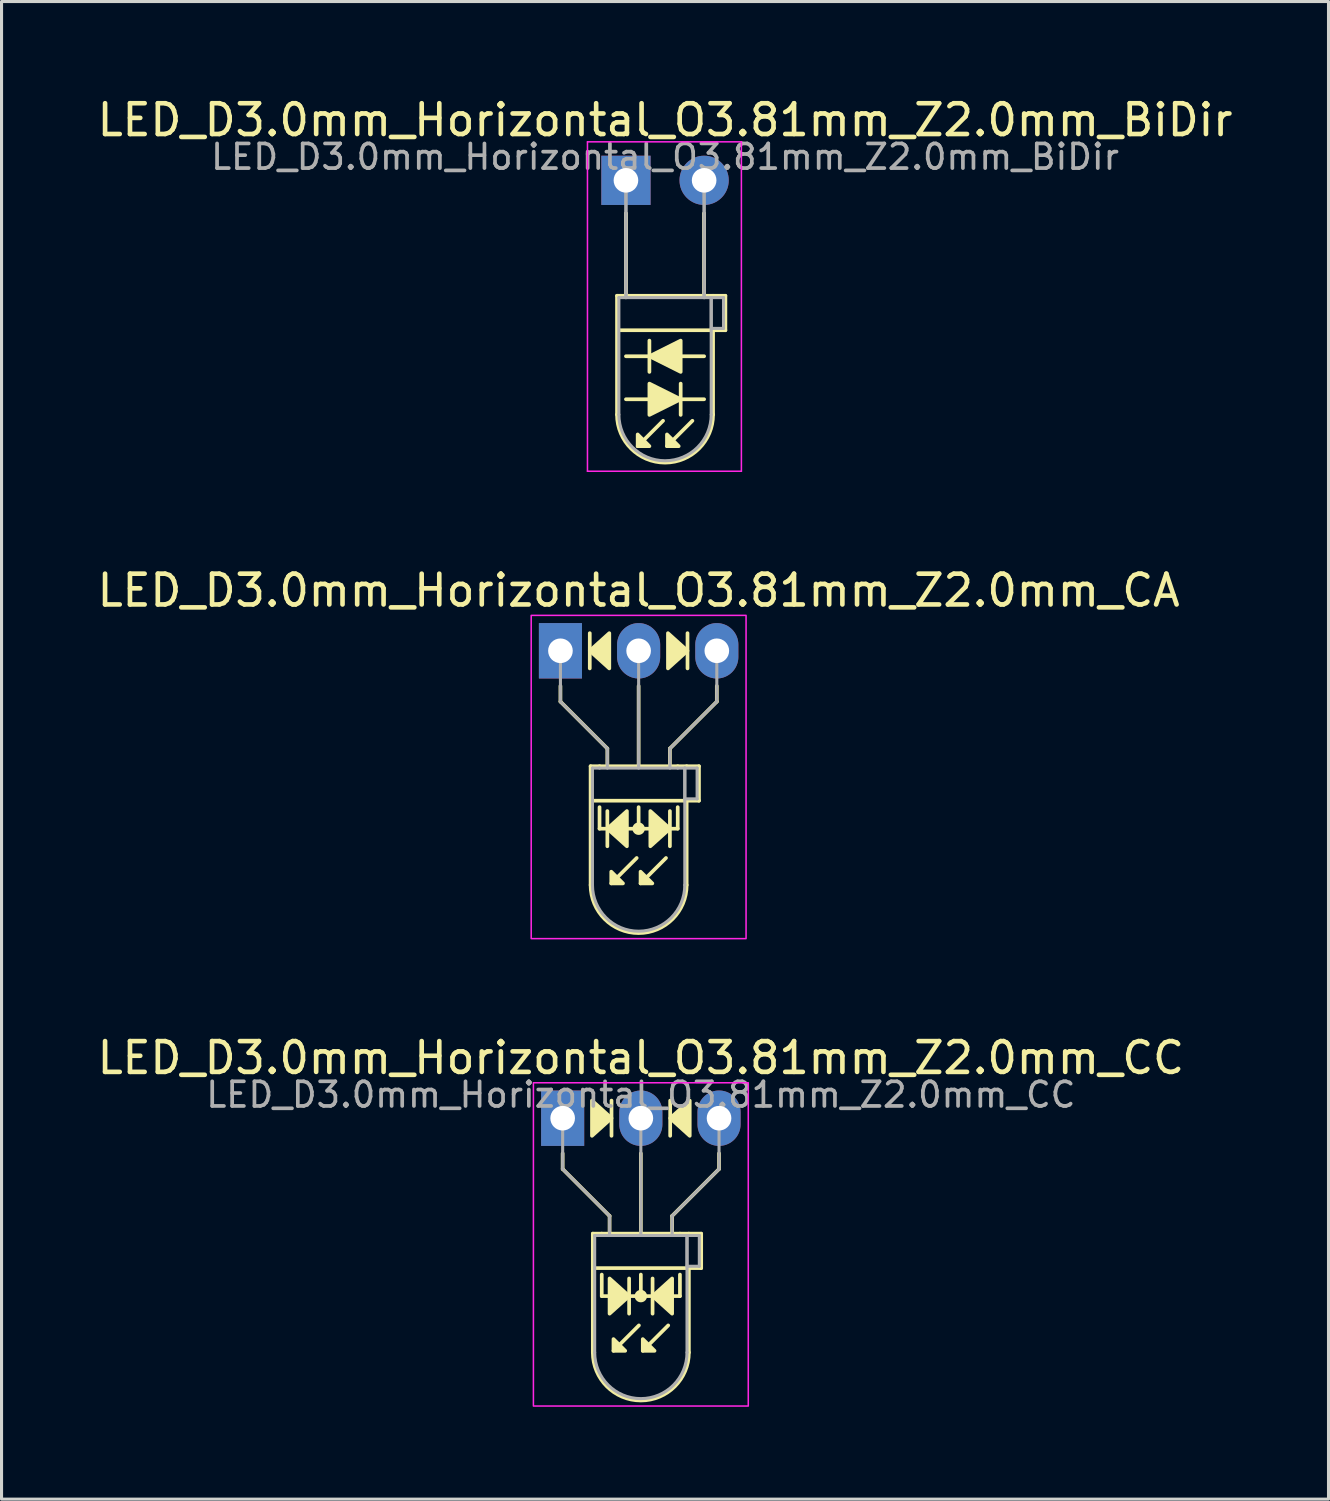
<source format=kicad_pcb>
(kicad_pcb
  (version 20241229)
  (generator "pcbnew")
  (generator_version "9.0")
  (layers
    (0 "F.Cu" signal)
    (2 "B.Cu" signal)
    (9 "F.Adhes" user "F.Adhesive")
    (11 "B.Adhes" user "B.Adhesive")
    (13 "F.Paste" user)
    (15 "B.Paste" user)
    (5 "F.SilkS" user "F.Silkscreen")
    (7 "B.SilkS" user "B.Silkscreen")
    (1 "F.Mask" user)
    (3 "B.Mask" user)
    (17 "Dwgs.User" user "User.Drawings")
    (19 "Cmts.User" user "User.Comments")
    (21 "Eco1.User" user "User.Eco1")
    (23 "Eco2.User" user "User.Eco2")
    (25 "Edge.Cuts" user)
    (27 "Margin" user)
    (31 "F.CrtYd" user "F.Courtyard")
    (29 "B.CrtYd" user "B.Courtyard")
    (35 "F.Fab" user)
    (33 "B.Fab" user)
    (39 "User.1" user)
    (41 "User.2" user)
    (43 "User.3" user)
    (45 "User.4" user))
  (footprint "LED_D3.0mm_Horizontal_O3.81mm_Z2.0mm_CC"
    (layer "F.Cu")
    (at 15.228 33.275)
    (property "Reference" "LED_D3.0mm_Horizontal_O3.81mm_Z2.0mm_CC" (at 2.54 -1.96 0) (layer "F.SilkS") (effects (font (size 1 1) (thickness 0.15))))
    (fp_line (start 0 1.143) (end 0 1.651) (stroke (width 0.12) (type default)) (layer "F.SilkS"))
    (fp_line (start 0 1.651) (end 1.524 3.175) (stroke (width 0.12) (type default)) (layer "F.SilkS"))
    (fp_line (start 0.98 3.75) (end 0.98 7.61) (stroke (width 0.12) (type solid)) (layer "F.SilkS"))
    (fp_line (start 0.98 3.75) (end 4.1 3.75) (stroke (width 0.12) (type solid)) (layer "F.SilkS"))
    (fp_line (start 1.27 3.75) (end 1.27 3.75) (stroke (width 0.12) (type solid)) (layer "F.SilkS"))
    (fp_line (start 1.27 5.779) (end 1.27 5.08) (stroke (width 0.12) (type default)) (layer "F.SilkS"))
    (fp_line (start 1.524 3.175) (end 1.524 3.683) (stroke (width 0.12) (type default)) (layer "F.SilkS"))
    (fp_line (start 1.587 0.572) (end 1.587 -0.572) (stroke (width 0.12) (type solid)) (layer "F.SilkS"))
    (fp_line (start 2.159 6.35) (end 2.159 5.207) (stroke (width 0.12) (type solid)) (layer "F.SilkS"))
    (fp_line (start 2.477 6.731) (end 1.651 7.556) (stroke (width 0.12) (type solid)) (layer "F.SilkS"))
    (fp_line (start 2.54 3.75) (end 2.54 1.143) (stroke (width 0.12) (type default)) (layer "F.SilkS"))
    (fp_line (start 2.54 5.779) (end 2.54 5.08) (stroke (width 0.12) (type default)) (layer "F.SilkS"))
    (fp_line (start 2.921 5.207) (end 2.921 6.35) (stroke (width 0.12) (type solid)) (layer "F.SilkS"))
    (fp_line (start 3.429 6.731) (end 2.603 7.556) (stroke (width 0.12) (type solid)) (layer "F.SilkS"))
    (fp_line (start 3.493 -0.572) (end 3.493 0.572) (stroke (width 0.12) (type solid)) (layer "F.SilkS"))
    (fp_line (start 3.556 3.175) (end 3.556 3.683) (stroke (width 0.12) (type default)) (layer "F.SilkS"))
    (fp_line (start 3.81 3.75) (end 3.81 3.75) (stroke (width 0.12) (type solid)) (layer "F.SilkS"))
    (fp_line (start 3.81 5.779) (end 1.27 5.779) (stroke (width 0.12) (type default)) (layer "F.SilkS"))
    (fp_line (start 3.81 5.779) (end 3.81 5.08) (stroke (width 0.12) (type default)) (layer "F.SilkS"))
    (fp_line (start 4.1 3.75) (end 4.5 3.75) (stroke (width 0.12) (type solid)) (layer "F.SilkS"))
    (fp_line (start 4.1 4.87) (end 4.1 7.61) (stroke (width 0.12) (type solid)) (layer "F.SilkS"))
    (fp_line (start 4.5 3.75) (end 4.5 4.87) (stroke (width 0.12) (type solid)) (layer "F.SilkS"))
    (fp_line (start 4.5 4.87) (end 1.016 4.87) (stroke (width 0.12) (type solid)) (layer "F.SilkS"))
    (fp_line (start 5.08 1.143) (end 5.08 1.651) (stroke (width 0.12) (type default)) (layer "F.SilkS"))
    (fp_line (start 5.08 1.651) (end 3.556 3.175) (stroke (width 0.12) (type default)) (layer "F.SilkS"))
    (fp_arc (start 4.1 7.61) (mid 2.54 9.17) (end 0.98 7.61) (stroke (width 0.12) (type solid)) (layer "F.SilkS"))
    (fp_circle (center 2.54 5.779) (end 2.682 5.779) (stroke (width 0.12) (type solid)) (fill yes) (layer "F.SilkS"))
    (fp_poly (pts (xy 0.953 -0.572) (xy 1.587 0) (xy 0.953 0.572)) (stroke (width 0.12) (type solid)) (fill yes) (layer "F.SilkS"))
    (fp_poly (pts (xy 1.524 5.207) (xy 2.159 5.779) (xy 1.524 6.35)) (stroke (width 0.12) (type solid)) (fill yes) (layer "F.SilkS"))
    (fp_poly (pts (xy 1.651 7.176) (xy 2.032 7.556) (xy 1.651 7.556)) (stroke (width 0.12) (type solid)) (fill yes) (layer "F.SilkS"))
    (fp_poly (pts (xy 2.603 7.176) (xy 2.985 7.556) (xy 2.603 7.556)) (stroke (width 0.12) (type solid)) (fill yes) (layer "F.SilkS"))
    (fp_poly (pts (xy 3.556 6.35) (xy 2.921 5.779) (xy 3.556 5.207)) (stroke (width 0.12) (type solid)) (fill yes) (layer "F.SilkS"))
    (fp_poly (pts (xy 4.128 0.572) (xy 3.493 0) (xy 4.128 -0.572)) (stroke (width 0.12) (type solid)) (fill yes) (layer "F.SilkS"))
    (fp_rect (start -0.95 -1.15) (end 6.03 9.35) (stroke (width 0.05) (type default)) (fill no) (layer "F.CrtYd"))
    (fp_line (start 0 0) (end 0 0) (stroke (width 0.1) (type solid)) (layer "F.Fab"))
    (fp_line (start 0 1.651) (end 0 0) (stroke (width 0.1) (type default)) (layer "F.Fab"))
    (fp_line (start 1.04 3.81) (end 1.04 7.61) (stroke (width 0.1) (type solid)) (layer "F.Fab"))
    (fp_line (start 1.04 3.81) (end 4.04 3.81) (stroke (width 0.1) (type solid)) (layer "F.Fab"))
    (fp_line (start 1.27 3.81) (end 1.27 3.81) (stroke (width 0.1) (type solid)) (layer "F.Fab"))
    (fp_line (start 1.524 3.175) (end 0 1.651) (stroke (width 0.1) (type default)) (layer "F.Fab"))
    (fp_line (start 1.524 3.81) (end 1.524 3.175) (stroke (width 0.1) (type default)) (layer "F.Fab"))
    (fp_line (start 2.54 0) (end 2.54 0) (stroke (width 0.1) (type solid)) (layer "F.Fab"))
    (fp_line (start 2.54 0) (end 2.54 3.81) (stroke (width 0.1) (type default)) (layer "F.Fab"))
    (fp_line (start 3.556 3.175) (end 5.08 1.651) (stroke (width 0.1) (type default)) (layer "F.Fab"))
    (fp_line (start 3.556 3.81) (end 3.556 3.175) (stroke (width 0.1) (type default)) (layer "F.Fab"))
    (fp_line (start 3.81 3.81) (end 3.81 3.81) (stroke (width 0.1) (type solid)) (layer "F.Fab"))
    (fp_line (start 4.04 3.81) (end 4.04 7.61) (stroke (width 0.1) (type solid)) (layer "F.Fab"))
    (fp_line (start 4.04 3.81) (end 4.44 3.81) (stroke (width 0.1) (type solid)) (layer "F.Fab"))
    (fp_line (start 4.04 4.81) (end 4.04 3.81) (stroke (width 0.1) (type solid)) (layer "F.Fab"))
    (fp_line (start 4.44 3.81) (end 4.44 4.81) (stroke (width 0.1) (type solid)) (layer "F.Fab"))
    (fp_line (start 4.44 4.81) (end 4.04 4.81) (stroke (width 0.1) (type solid)) (layer "F.Fab"))
    (fp_line (start 5.08 1.651) (end 5.08 0) (stroke (width 0.1) (type default)) (layer "F.Fab"))
    (fp_arc (start 4.04 7.61) (mid 2.54 9.11) (end 1.04 7.61) (stroke (width 0.1) (type solid)) (layer "F.Fab"))
    (fp_text user "${REFERENCE}" (at 2.54 -0.762 0) (layer "F.Fab") (effects (font (size 0.8 0.8) (thickness 0.12))))
    (pad "1" thru_hole rect (at 0 0) (size 1.4 1.8) (drill 0.8) (layers "*.Cu" "*.Mask"))
    (pad "2" thru_hole oval (at 2.54 0) (size 1.4 1.8) (drill 0.8) (layers "*.Cu" "*.Mask"))
    (pad "3" thru_hole oval (at 5.08 0) (size 1.4 1.8) (drill 0.8) (layers "*.Cu" "*.Mask")))
  (footprint "LED_D3.0mm_Horizontal_O3.81mm_Z2.0mm_CA"
    (layer "F.Cu")
    (at 15.156 18.091)
    (property "Reference" "LED_D3.0mm_Horizontal_O3.81mm_Z2.0mm_CA" (at 2.54 -1.96 0) (layer "F.SilkS") (effects (font (size 1 1) (thickness 0.15))))
    (fp_line (start 0 1.143) (end 0 1.651) (stroke (width 0.12) (type default)) (layer "F.SilkS"))
    (fp_line (start 0 1.651) (end 1.524 3.175) (stroke (width 0.12) (type default)) (layer "F.SilkS"))
    (fp_line (start 0.953 -0.572) (end 0.953 0.572) (stroke (width 0.12) (type solid)) (layer "F.SilkS"))
    (fp_line (start 0.98 3.75) (end 0.98 7.61) (stroke (width 0.12) (type solid)) (layer "F.SilkS"))
    (fp_line (start 0.98 3.75) (end 4.1 3.75) (stroke (width 0.12) (type solid)) (layer "F.SilkS"))
    (fp_line (start 1.27 3.75) (end 1.27 3.75) (stroke (width 0.12) (type solid)) (layer "F.SilkS"))
    (fp_line (start 1.27 5.779) (end 1.27 5.08) (stroke (width 0.12) (type default)) (layer "F.SilkS"))
    (fp_line (start 1.524 3.175) (end 1.524 3.683) (stroke (width 0.12) (type default)) (layer "F.SilkS"))
    (fp_line (start 1.524 5.207) (end 1.524 6.35) (stroke (width 0.12) (type solid)) (layer "F.SilkS"))
    (fp_line (start 2.477 6.731) (end 1.651 7.556) (stroke (width 0.12) (type solid)) (layer "F.SilkS"))
    (fp_line (start 2.54 3.75) (end 2.54 1.143) (stroke (width 0.12) (type default)) (layer "F.SilkS"))
    (fp_line (start 2.54 5.779) (end 2.54 5.08) (stroke (width 0.12) (type default)) (layer "F.SilkS"))
    (fp_line (start 3.429 6.731) (end 2.603 7.556) (stroke (width 0.12) (type solid)) (layer "F.SilkS"))
    (fp_line (start 3.556 3.175) (end 3.556 3.683) (stroke (width 0.12) (type default)) (layer "F.SilkS"))
    (fp_line (start 3.556 6.35) (end 3.556 5.207) (stroke (width 0.12) (type solid)) (layer "F.SilkS"))
    (fp_line (start 3.81 3.75) (end 3.81 3.75) (stroke (width 0.12) (type solid)) (layer "F.SilkS"))
    (fp_line (start 3.81 5.779) (end 1.27 5.779) (stroke (width 0.12) (type default)) (layer "F.SilkS"))
    (fp_line (start 3.81 5.779) (end 3.81 5.08) (stroke (width 0.12) (type default)) (layer "F.SilkS"))
    (fp_line (start 4.1 3.75) (end 4.5 3.75) (stroke (width 0.12) (type solid)) (layer "F.SilkS"))
    (fp_line (start 4.1 4.87) (end 4.1 7.61) (stroke (width 0.12) (type solid)) (layer "F.SilkS"))
    (fp_line (start 4.128 0.572) (end 4.128 -0.572) (stroke (width 0.12) (type solid)) (layer "F.SilkS"))
    (fp_line (start 4.5 3.75) (end 4.5 4.87) (stroke (width 0.12) (type solid)) (layer "F.SilkS"))
    (fp_line (start 4.5 4.87) (end 1.016 4.87) (stroke (width 0.12) (type solid)) (layer "F.SilkS"))
    (fp_line (start 5.08 1.143) (end 5.08 1.651) (stroke (width 0.12) (type default)) (layer "F.SilkS"))
    (fp_line (start 5.08 1.651) (end 3.556 3.175) (stroke (width 0.12) (type default)) (layer "F.SilkS"))
    (fp_arc (start 4.1 7.61) (mid 2.54 9.17) (end 0.98 7.61) (stroke (width 0.12) (type solid)) (layer "F.SilkS"))
    (fp_circle (center 2.54 5.779) (end 2.682 5.779) (stroke (width 0.12) (type solid)) (fill yes) (layer "F.SilkS"))
    (fp_poly (pts (xy 1.587 0.572) (xy 0.953 0) (xy 1.587 -0.572)) (stroke (width 0.12) (type solid)) (fill yes) (layer "F.SilkS"))
    (fp_poly (pts (xy 1.651 7.176) (xy 2.032 7.556) (xy 1.651 7.556)) (stroke (width 0.12) (type solid)) (fill yes) (layer "F.SilkS"))
    (fp_poly (pts (xy 2.159 6.35) (xy 1.524 5.779) (xy 2.159 5.207)) (stroke (width 0.12) (type solid)) (fill yes) (layer "F.SilkS"))
    (fp_poly (pts (xy 2.603 7.176) (xy 2.985 7.556) (xy 2.603 7.556)) (stroke (width 0.12) (type solid)) (fill yes) (layer "F.SilkS"))
    (fp_poly (pts (xy 2.921 5.207) (xy 3.556 5.779) (xy 2.921 6.35)) (stroke (width 0.12) (type solid)) (fill yes) (layer "F.SilkS"))
    (fp_poly (pts (xy 3.493 -0.572) (xy 4.128 0) (xy 3.493 0.572)) (stroke (width 0.12) (type solid)) (fill yes) (layer "F.SilkS"))
    (fp_rect (start -0.95 -1.15) (end 6.03 9.35) (stroke (width 0.05) (type default)) (fill no) (layer "F.CrtYd"))
    (fp_line (start 0 0) (end 0 0) (stroke (width 0.1) (type solid)) (layer "F.Fab"))
    (fp_line (start 0 1.651) (end 0 0) (stroke (width 0.1) (type default)) (layer "F.Fab"))
    (fp_line (start 1.04 3.81) (end 1.04 7.61) (stroke (width 0.1) (type solid)) (layer "F.Fab"))
    (fp_line (start 1.04 3.81) (end 4.04 3.81) (stroke (width 0.1) (type solid)) (layer "F.Fab"))
    (fp_line (start 1.27 3.81) (end 1.27 3.81) (stroke (width 0.1) (type solid)) (layer "F.Fab"))
    (fp_line (start 1.524 3.175) (end 0 1.651) (stroke (width 0.1) (type default)) (layer "F.Fab"))
    (fp_line (start 1.524 3.81) (end 1.524 3.175) (stroke (width 0.1) (type default)) (layer "F.Fab"))
    (fp_line (start 2.54 0) (end 2.54 0) (stroke (width 0.1) (type solid)) (layer "F.Fab"))
    (fp_line (start 2.54 0) (end 2.54 3.81) (stroke (width 0.1) (type default)) (layer "F.Fab"))
    (fp_line (start 3.556 3.175) (end 5.08 1.651) (stroke (width 0.1) (type default)) (layer "F.Fab"))
    (fp_line (start 3.556 3.81) (end 3.556 3.175) (stroke (width 0.1) (type default)) (layer "F.Fab"))
    (fp_line (start 3.81 3.81) (end 3.81 3.81) (stroke (width 0.1) (type solid)) (layer "F.Fab"))
    (fp_line (start 4.04 3.81) (end 4.04 7.61) (stroke (width 0.1) (type solid)) (layer "F.Fab"))
    (fp_line (start 4.04 3.81) (end 4.44 3.81) (stroke (width 0.1) (type solid)) (layer "F.Fab"))
    (fp_line (start 4.04 4.81) (end 4.04 3.81) (stroke (width 0.1) (type solid)) (layer "F.Fab"))
    (fp_line (start 4.44 3.81) (end 4.44 4.81) (stroke (width 0.1) (type solid)) (layer "F.Fab"))
    (fp_line (start 4.44 4.81) (end 4.04 4.81) (stroke (width 0.1) (type solid)) (layer "F.Fab"))
    (fp_line (start 5.08 1.651) (end 5.08 0) (stroke (width 0.1) (type default)) (layer "F.Fab"))
    (fp_arc (start 4.04 7.61) (mid 2.54 9.11) (end 1.04 7.61) (stroke (width 0.1) (type solid)) (layer "F.Fab"))
    (pad "1" thru_hole rect (at 0 0) (size 1.4 1.8) (drill 0.8) (layers "*.Cu" "*.Mask"))
    (pad "2" thru_hole oval (at 2.54 0) (size 1.4 1.8) (drill 0.8) (layers "*.Cu" "*.Mask"))
    (pad "3" thru_hole oval (at 5.08 0) (size 1.4 1.8) (drill 0.8) (layers "*.Cu" "*.Mask")))
  (footprint "LED_D3.0mm_Horizontal_O3.81mm_Z2.0mm_BiDir"
    (layer "F.Cu")
    (at 17.284 2.808)
    (property "Reference" "LED_D3.0mm_Horizontal_O3.81mm_Z2.0mm_BiDir" (at 1.27 -1.96 0) (layer "F.SilkS") (effects (font (size 1 1) (thickness 0.15))))
    (fp_line (start -0.29 3.75) (end -0.29 7.61) (stroke (width 0.12) (type solid)) (layer "F.SilkS"))
    (fp_line (start -0.29 3.75) (end 2.83 3.75) (stroke (width 0.12) (type solid)) (layer "F.SilkS"))
    (fp_line (start 0 1.08) (end 0 1.08) (stroke (width 0.12) (type solid)) (layer "F.SilkS"))
    (fp_line (start 0 1.08) (end 0 3.75) (stroke (width 0.12) (type solid)) (layer "F.SilkS"))
    (fp_line (start 0 3.75) (end 0 1.08) (stroke (width 0.12) (type solid)) (layer "F.SilkS"))
    (fp_line (start 0 3.75) (end 0 3.75) (stroke (width 0.12) (type solid)) (layer "F.SilkS"))
    (fp_line (start 0 7.112) (end 2.54 7.112) (stroke (width 0.12) (type solid)) (layer "F.SilkS"))
    (fp_line (start 0.762 5.207) (end 0.762 6.223) (stroke (width 0.12) (type solid)) (layer "F.SilkS"))
    (fp_line (start 1.206 7.811) (end 0.381 8.636) (stroke (width 0.12) (type solid)) (layer "F.SilkS"))
    (fp_line (start 1.778 7.62) (end 1.778 6.604) (stroke (width 0.12) (type solid)) (layer "F.SilkS"))
    (fp_line (start 2.159 7.811) (end 1.333 8.636) (stroke (width 0.12) (type solid)) (layer "F.SilkS"))
    (fp_line (start 2.54 1.08) (end 2.54 1.08) (stroke (width 0.12) (type solid)) (layer "F.SilkS"))
    (fp_line (start 2.54 1.08) (end 2.54 3.75) (stroke (width 0.12) (type solid)) (layer "F.SilkS"))
    (fp_line (start 2.54 3.75) (end 2.54 1.08) (stroke (width 0.12) (type solid)) (layer "F.SilkS"))
    (fp_line (start 2.54 3.75) (end 2.54 3.75) (stroke (width 0.12) (type solid)) (layer "F.SilkS"))
    (fp_line (start 2.54 5.715) (end 0 5.715) (stroke (width 0.12) (type solid)) (layer "F.SilkS"))
    (fp_line (start 2.83 3.75) (end 3.23 3.75) (stroke (width 0.12) (type solid)) (layer "F.SilkS"))
    (fp_line (start 2.83 4.87) (end 2.83 7.61) (stroke (width 0.12) (type solid)) (layer "F.SilkS"))
    (fp_line (start 3.23 3.75) (end 3.23 4.87) (stroke (width 0.12) (type solid)) (layer "F.SilkS"))
    (fp_line (start 3.23 4.87) (end -0.254 4.87) (stroke (width 0.12) (type solid)) (layer "F.SilkS"))
    (fp_arc (start 2.83 7.61) (mid 1.27 9.17) (end -0.29 7.61) (stroke (width 0.12) (type solid)) (layer "F.SilkS"))
    (fp_poly (pts (xy 0.381 8.255) (xy 0.762 8.636) (xy 0.381 8.636)) (stroke (width 0.12) (type solid)) (fill yes) (layer "F.SilkS"))
    (fp_poly (pts (xy 0.762 6.604) (xy 1.778 7.112) (xy 0.762 7.62)) (stroke (width 0.12) (type solid)) (fill yes) (layer "F.SilkS"))
    (fp_poly (pts (xy 1.333 8.255) (xy 1.714 8.636) (xy 1.333 8.636)) (stroke (width 0.12) (type solid)) (fill yes) (layer "F.SilkS"))
    (fp_poly (pts (xy 1.778 6.223) (xy 0.762 5.715) (xy 1.778 5.207)) (stroke (width 0.12) (type solid)) (fill yes) (layer "F.SilkS"))
    (fp_line (start -1.25 -1.25) (end -1.25 9.45) (stroke (width 0.05) (type solid)) (layer "F.CrtYd"))
    (fp_line (start -1.25 9.45) (end 3.75 9.45) (stroke (width 0.05) (type solid)) (layer "F.CrtYd"))
    (fp_line (start 3.75 -1.25) (end -1.25 -1.25) (stroke (width 0.05) (type solid)) (layer "F.CrtYd"))
    (fp_line (start 3.75 9.45) (end 3.75 -1.25) (stroke (width 0.05) (type solid)) (layer "F.CrtYd"))
    (fp_line (start -0.23 3.81) (end -0.23 7.61) (stroke (width 0.1) (type solid)) (layer "F.Fab"))
    (fp_line (start -0.23 3.81) (end 2.77 3.81) (stroke (width 0.1) (type solid)) (layer "F.Fab"))
    (fp_line (start 0 0) (end 0 0) (stroke (width 0.1) (type solid)) (layer "F.Fab"))
    (fp_line (start 0 0) (end 0 3.81) (stroke (width 0.1) (type solid)) (layer "F.Fab"))
    (fp_line (start 0 3.81) (end 0 0) (stroke (width 0.1) (type solid)) (layer "F.Fab"))
    (fp_line (start 0 3.81) (end 0 3.81) (stroke (width 0.1) (type solid)) (layer "F.Fab"))
    (fp_line (start 2.54 0) (end 2.54 0) (stroke (width 0.1) (type solid)) (layer "F.Fab"))
    (fp_line (start 2.54 0) (end 2.54 3.81) (stroke (width 0.1) (type solid)) (layer "F.Fab"))
    (fp_line (start 2.54 3.81) (end 2.54 0) (stroke (width 0.1) (type solid)) (layer "F.Fab"))
    (fp_line (start 2.54 3.81) (end 2.54 3.81) (stroke (width 0.1) (type solid)) (layer "F.Fab"))
    (fp_line (start 2.77 3.81) (end 2.77 7.61) (stroke (width 0.1) (type solid)) (layer "F.Fab"))
    (fp_line (start 2.77 3.81) (end 3.17 3.81) (stroke (width 0.1) (type solid)) (layer "F.Fab"))
    (fp_line (start 2.77 4.81) (end 2.77 3.81) (stroke (width 0.1) (type solid)) (layer "F.Fab"))
    (fp_line (start 3.17 3.81) (end 3.17 4.81) (stroke (width 0.1) (type solid)) (layer "F.Fab"))
    (fp_line (start 3.17 4.81) (end 2.77 4.81) (stroke (width 0.1) (type solid)) (layer "F.Fab"))
    (fp_arc (start 2.77 7.61) (mid 1.27 9.11) (end -0.23 7.61) (stroke (width 0.1) (type solid)) (layer "F.Fab"))
    (fp_text user "${REFERENCE}" (at 1.27 -0.762 0) (layer "F.Fab") (effects (font (size 0.8 0.8) (thickness 0.12))))
    (pad "1" thru_hole rect (at 0 0) (size 1.6 1.6) (drill 0.8) (layers "*.Cu" "*.Mask"))
    (pad "2" thru_hole circle (at 2.54 0) (size 1.6 1.6) (drill 0.8) (layers "*.Cu" "*.Mask")))
  (gr_rect
    (start -3 -3)
    (end 40.107 45.65)
    (stroke (width 0.1) (type default))
    (fill no)
    (layer "Edge.Cuts")))
</source>
